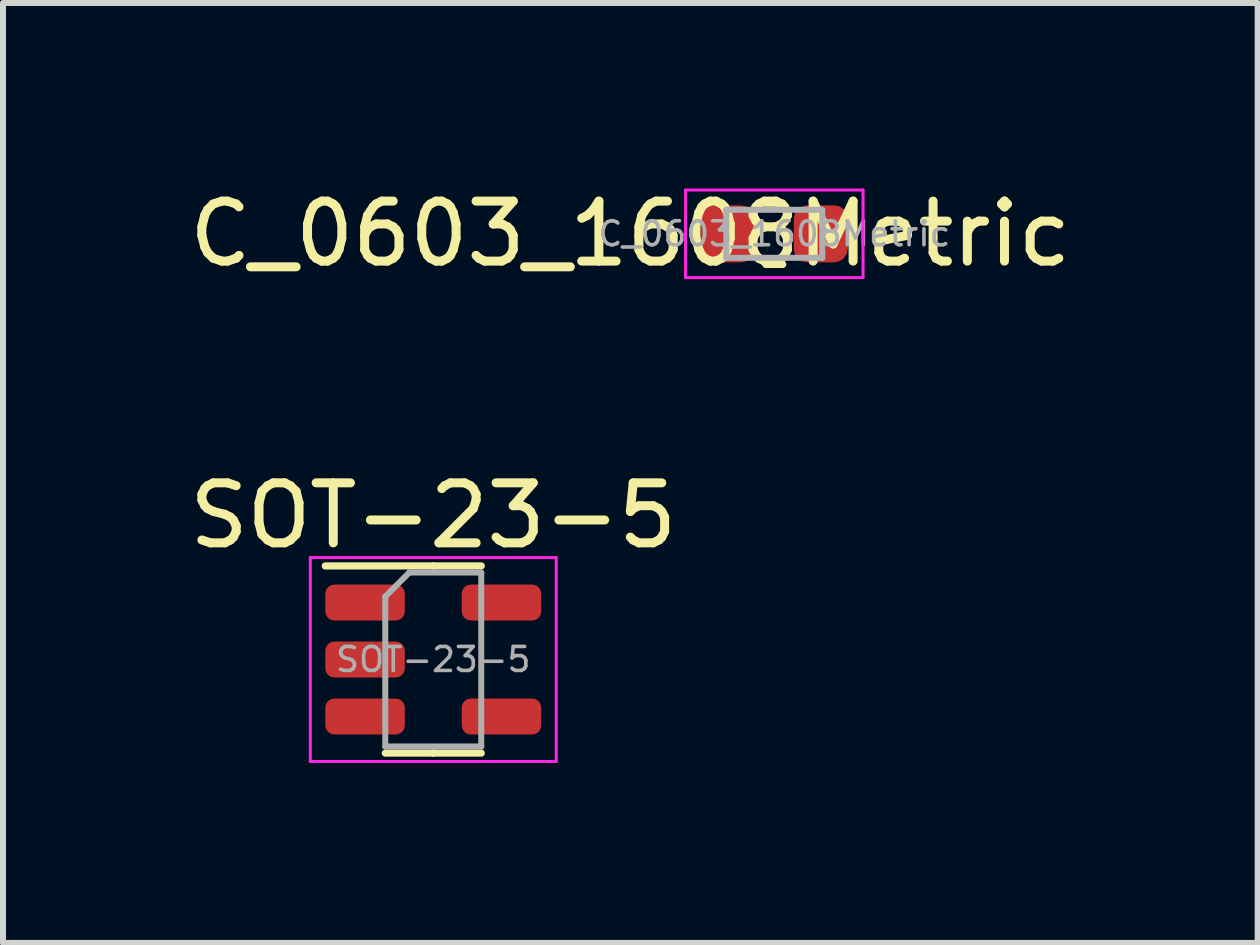
<source format=kicad_pcb>
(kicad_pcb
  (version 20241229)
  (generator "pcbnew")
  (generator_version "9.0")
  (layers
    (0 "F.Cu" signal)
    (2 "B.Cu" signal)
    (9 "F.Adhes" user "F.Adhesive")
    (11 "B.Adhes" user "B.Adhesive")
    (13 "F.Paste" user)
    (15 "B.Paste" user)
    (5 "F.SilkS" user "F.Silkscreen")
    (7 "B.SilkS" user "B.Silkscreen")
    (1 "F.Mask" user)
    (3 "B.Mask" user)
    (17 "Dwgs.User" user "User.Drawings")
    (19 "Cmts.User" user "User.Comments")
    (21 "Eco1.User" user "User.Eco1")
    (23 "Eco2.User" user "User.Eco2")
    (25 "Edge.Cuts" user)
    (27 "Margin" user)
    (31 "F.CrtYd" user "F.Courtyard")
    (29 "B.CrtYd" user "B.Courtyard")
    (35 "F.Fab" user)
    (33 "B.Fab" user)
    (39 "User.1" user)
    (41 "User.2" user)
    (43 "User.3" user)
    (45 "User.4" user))
  (footprint "C_0603_1608Metric"
    (layer "F.Cu")
    (at 9.858 0.848)
    (property "Reference" "C_0603_1608Metric" (at -2.4 0 180) (layer "F.SilkS") (effects (font (size 1 1) (thickness 0.15))))
    (attr smd)
    (fp_line (start -0.141 -0.51) (end 0.141 -0.51) (stroke (width 0.12) (type solid)) (layer "F.SilkS"))
    (fp_line (start -0.141 0.51) (end 0.141 0.51) (stroke (width 0.12) (type solid)) (layer "F.SilkS"))
    (fp_line (start -1.48 -0.73) (end 1.48 -0.73) (stroke (width 0.05) (type solid)) (layer "F.CrtYd"))
    (fp_line (start -1.48 0.73) (end -1.48 -0.73) (stroke (width 0.05) (type solid)) (layer "F.CrtYd"))
    (fp_line (start 1.48 -0.73) (end 1.48 0.73) (stroke (width 0.05) (type solid)) (layer "F.CrtYd"))
    (fp_line (start 1.48 0.73) (end -1.48 0.73) (stroke (width 0.05) (type solid)) (layer "F.CrtYd"))
    (fp_line (start -0.8 -0.4) (end 0.8 -0.4) (stroke (width 0.1) (type solid)) (layer "F.Fab"))
    (fp_line (start -0.8 0.4) (end -0.8 -0.4) (stroke (width 0.1) (type solid)) (layer "F.Fab"))
    (fp_line (start 0.8 -0.4) (end 0.8 0.4) (stroke (width 0.1) (type solid)) (layer "F.Fab"))
    (fp_line (start 0.8 0.4) (end -0.8 0.4) (stroke (width 0.1) (type solid)) (layer "F.Fab"))
    (fp_text user "${REFERENCE}" (at 0 0 180) (layer "F.Fab") (effects (font (size 0.4 0.4) (thickness 0.06))))
    (pad "1" smd roundrect (at -0.775 0) (size 0.9 0.95) (layers "F.Cu" "F.Mask" "F.Paste") (roundrect_rratio 0.25))
    (pad "2" smd roundrect (at 0.775 0) (size 0.9 0.95) (layers "F.Cu" "F.Mask" "F.Paste") (roundrect_rratio 0.25)))
  (footprint "SOT-23-5"
    (layer "F.Cu")
    (at 4.173 7.945)
    (property "Reference" "SOT-23-5" (at 0 -2.4 0) (layer "F.SilkS") (effects (font (size 1 1) (thickness 0.15))))
    (attr smd)
    (fp_line (start 0 -1.56) (end -1.8 -1.56) (stroke (width 0.12) (type solid)) (layer "F.SilkS"))
    (fp_line (start 0 -1.56) (end 0.8 -1.56) (stroke (width 0.12) (type solid)) (layer "F.SilkS"))
    (fp_line (start 0 1.56) (end -0.8 1.56) (stroke (width 0.12) (type solid)) (layer "F.SilkS"))
    (fp_line (start 0 1.56) (end 0.8 1.56) (stroke (width 0.12) (type solid)) (layer "F.SilkS"))
    (fp_line (start -2.05 -1.7) (end -2.05 1.7) (stroke (width 0.05) (type solid)) (layer "F.CrtYd"))
    (fp_line (start -2.05 1.7) (end 2.05 1.7) (stroke (width 0.05) (type solid)) (layer "F.CrtYd"))
    (fp_line (start 2.05 -1.7) (end -2.05 -1.7) (stroke (width 0.05) (type solid)) (layer "F.CrtYd"))
    (fp_line (start 2.05 1.7) (end 2.05 -1.7) (stroke (width 0.05) (type solid)) (layer "F.CrtYd"))
    (fp_line (start -0.8 -1.05) (end -0.4 -1.45) (stroke (width 0.1) (type solid)) (layer "F.Fab"))
    (fp_line (start -0.8 1.45) (end -0.8 -1.05) (stroke (width 0.1) (type solid)) (layer "F.Fab"))
    (fp_line (start -0.4 -1.45) (end 0.8 -1.45) (stroke (width 0.1) (type solid)) (layer "F.Fab"))
    (fp_line (start 0.8 -1.45) (end 0.8 1.45) (stroke (width 0.1) (type solid)) (layer "F.Fab"))
    (fp_line (start 0.8 1.45) (end -0.8 1.45) (stroke (width 0.1) (type solid)) (layer "F.Fab"))
    (fp_text user "${REFERENCE}" (at 0 0 0) (layer "F.Fab") (effects (font (size 0.4 0.4) (thickness 0.06))))
    (pad "1" smd roundrect (at -1.137 -0.95) (size 1.325 0.6) (layers "F.Cu" "F.Mask" "F.Paste") (roundrect_rratio 0.25))
    (pad "2" smd roundrect (at -1.137 0) (size 1.325 0.6) (layers "F.Cu" "F.Mask" "F.Paste") (roundrect_rratio 0.25))
    (pad "3" smd roundrect (at -1.137 0.95) (size 1.325 0.6) (layers "F.Cu" "F.Mask" "F.Paste") (roundrect_rratio 0.25))
    (pad "4" smd roundrect (at 1.137 0.95) (size 1.325 0.6) (layers "F.Cu" "F.Mask" "F.Paste") (roundrect_rratio 0.25))
    (pad "5" smd roundrect (at 1.137 -0.95) (size 1.325 0.6) (layers "F.Cu" "F.Mask" "F.Paste") (roundrect_rratio 0.25)))
  (gr_rect
    (start -3 -3)
    (end 17.917 12.67)
    (stroke (width 0.1) (type default))
    (fill no)
    (layer "Edge.Cuts")))
</source>
